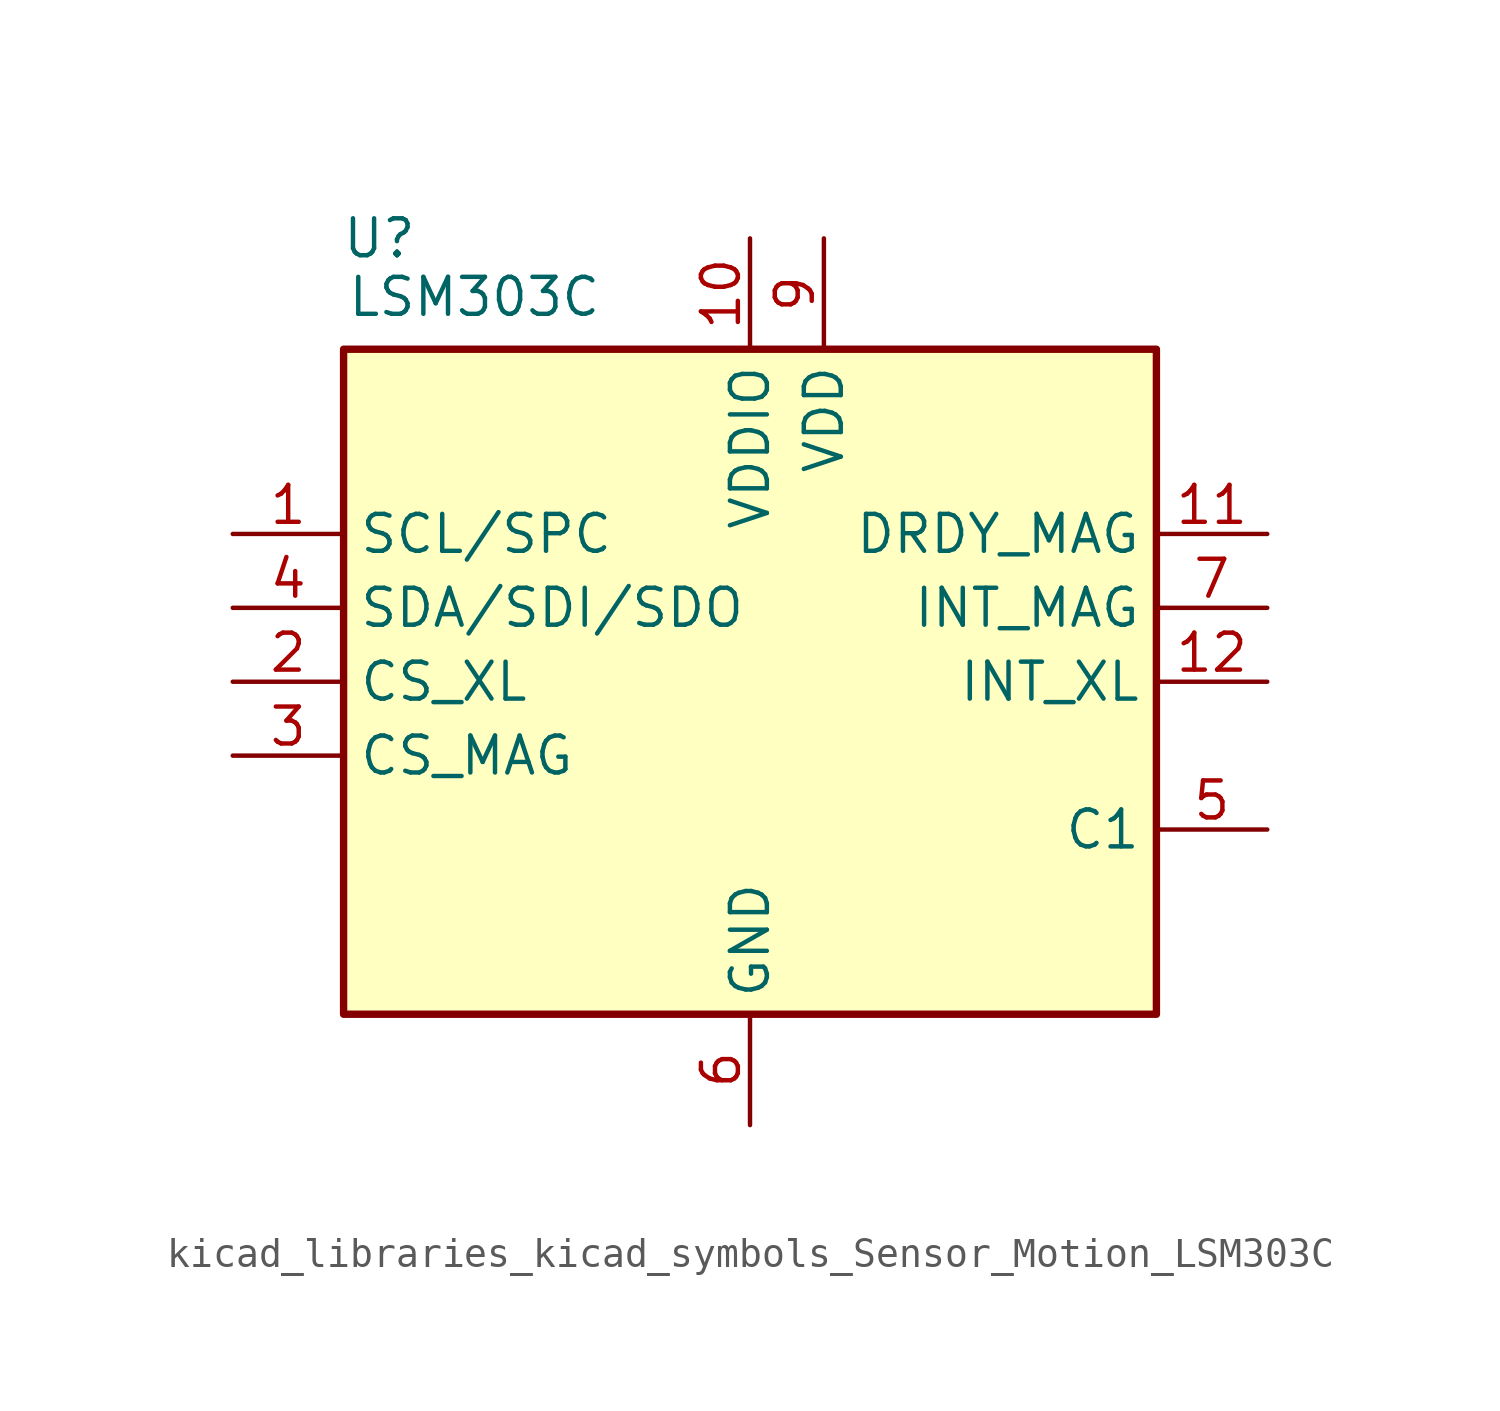
<source format=kicad_sym>
(kicad_symbol_lib
  (version 20220914)
  (generator kicad_symbol_editor)
  (symbol "kicad_libraries_kicad_symbols_Sensor_Motion_LSM303C"
    (property "Reference" "U"
      (at -11.43 15.24 0)
      (effects (font (size 1.27 1.27)) (justify right)))
    (property "Value" "LSM303C"
      (at -5.08 13.97 0)
      (effects (font (size 1.27 1.27)) (justify right top)))
    (symbol "kicad_libraries_kicad_symbols_Sensor_Motion_LSM303C_0_1"
      (rectangle (start 13.97 11.43) (end -13.97 -11.43) (stroke (width 0.254) (type default)) (fill (type background))))
    (symbol "kicad_libraries_kicad_symbols_Sensor_Motion_LSM303C_1_1"
      (pin input line (at -17.78 5.08 0) (length 3.81) (name "SCL/SPC" (effects (font (size 1.27 1.27)))) (number "1" (effects (font (size 1.27 1.27)))))
      (pin power_in line (at 0 15.24 270) (length 3.81) (name "VDDIO" (effects (font (size 1.27 1.27)))) (number "10" (effects (font (size 1.27 1.27)))))
      (pin output line (at 17.78 5.08 180) (length 3.81) (name "DRDY_MAG" (effects (font (size 1.27 1.27)))) (number "11" (effects (font (size 1.27 1.27)))))
      (pin output line (at 17.78 0 180) (length 3.81) (name "INT_XL" (effects (font (size 1.27 1.27)))) (number "12" (effects (font (size 1.27 1.27)))))
      (pin input line (at -17.78 0 0) (length 3.81) (name "CS_XL" (effects (font (size 1.27 1.27)))) (number "2" (effects (font (size 1.27 1.27)))))
      (pin input line (at -17.78 -2.54 0) (length 3.81) (name "CS_MAG" (effects (font (size 1.27 1.27)))) (number "3" (effects (font (size 1.27 1.27)))))
      (pin bidirectional line (at -17.78 2.54 0) (length 3.81) (name "SDA/SDI/SDO" (effects (font (size 1.27 1.27)))) (number "4" (effects (font (size 1.27 1.27)))))
      (pin passive line (at 17.78 -5.08 180) (length 3.81) (name "C1" (effects (font (size 1.27 1.27)))) (number "5" (effects (font (size 1.27 1.27)))))
      (pin power_in line (at 0 -15.24 90) (length 3.81) (name "GND" (effects (font (size 1.27 1.27)))) (number "6" (effects (font (size 1.27 1.27)))))
      (pin output line (at 17.78 2.54 180) (length 3.81) (name "INT_MAG" (effects (font (size 1.27 1.27)))) (number "7" (effects (font (size 1.27 1.27)))))
      (pin passive line (at 0 -15.24 90) (length 3.81) hide (name "GND" (effects (font (size 1.27 1.27)))) (number "8" (effects (font (size 1.27 1.27)))))
      (pin power_in line (at 2.54 15.24 270) (length 3.81) (name "VDD" (effects (font (size 1.27 1.27)))) (number "9" (effects (font (size 1.27 1.27))))))))
</source>
